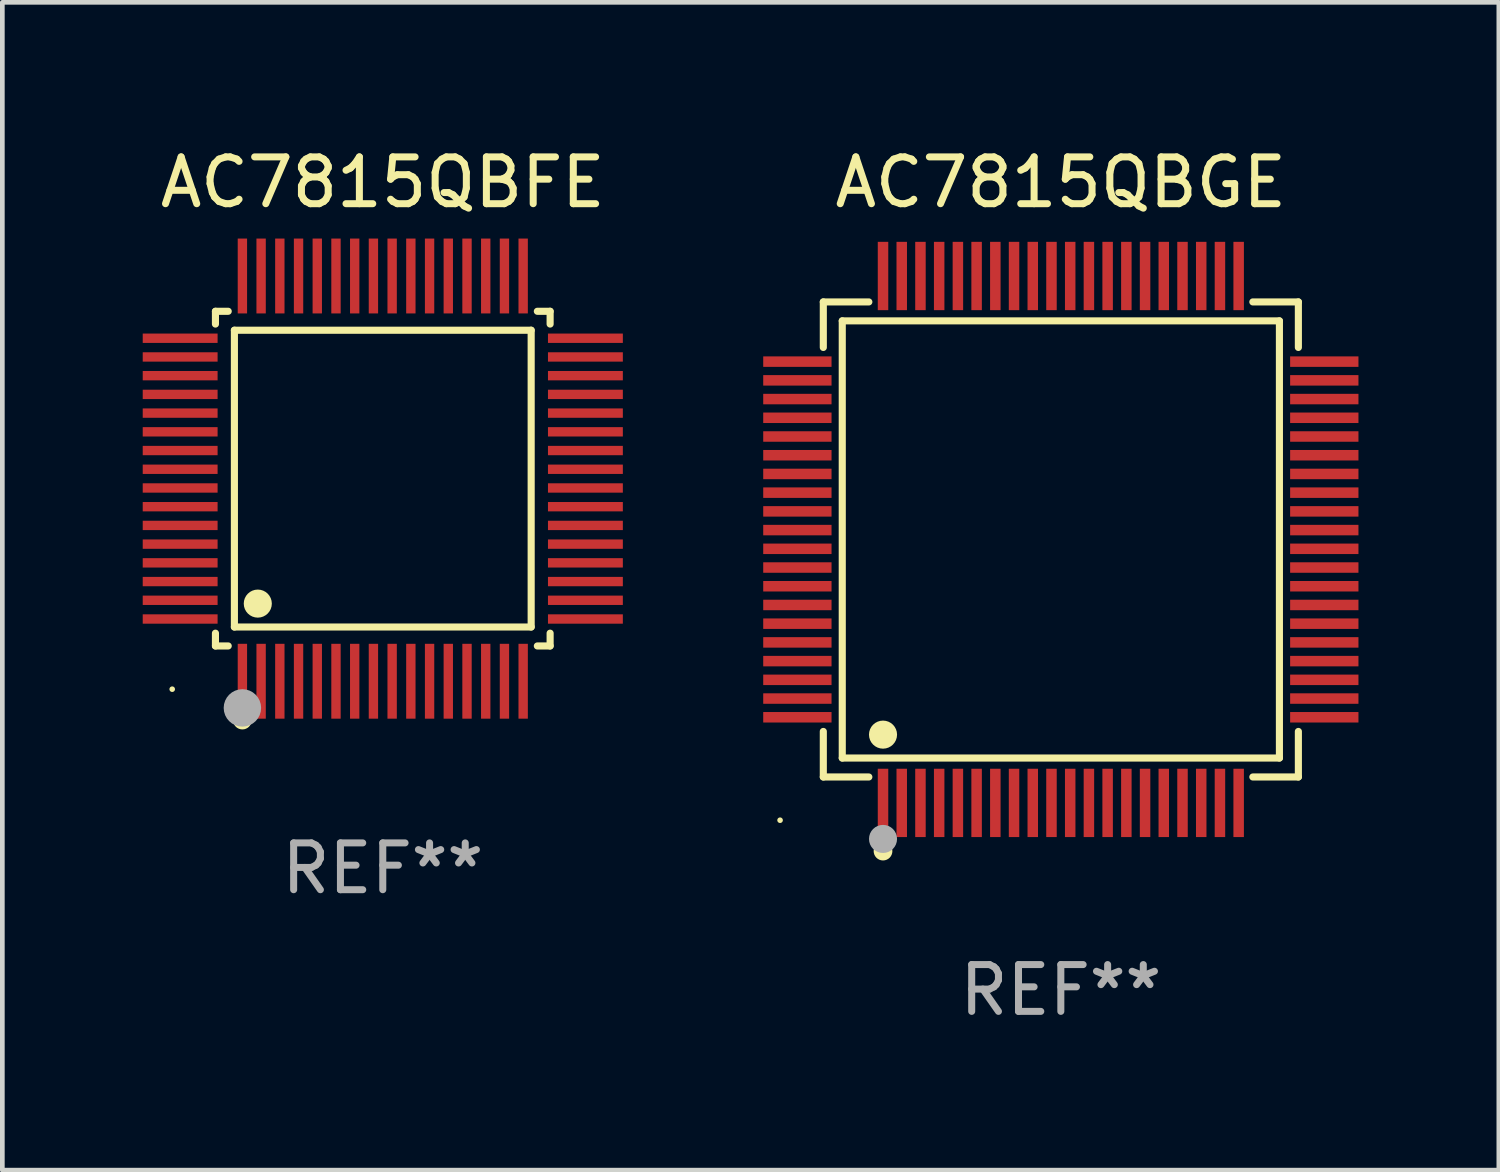
<source format=kicad_pcb>
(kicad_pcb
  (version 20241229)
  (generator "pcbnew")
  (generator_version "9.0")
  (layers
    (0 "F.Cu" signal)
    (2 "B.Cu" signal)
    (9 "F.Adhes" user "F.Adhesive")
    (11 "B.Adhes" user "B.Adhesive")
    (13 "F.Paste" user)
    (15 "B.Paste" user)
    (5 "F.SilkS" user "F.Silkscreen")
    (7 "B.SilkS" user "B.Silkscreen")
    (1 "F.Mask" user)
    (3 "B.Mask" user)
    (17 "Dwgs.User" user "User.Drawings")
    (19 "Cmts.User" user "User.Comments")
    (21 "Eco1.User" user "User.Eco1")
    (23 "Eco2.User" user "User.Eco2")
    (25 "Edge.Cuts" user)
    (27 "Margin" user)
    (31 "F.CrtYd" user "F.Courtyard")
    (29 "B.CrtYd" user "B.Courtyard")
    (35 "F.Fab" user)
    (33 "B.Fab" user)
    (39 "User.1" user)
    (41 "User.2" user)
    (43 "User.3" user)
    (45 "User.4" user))
  (footprint "AC7815QBGE"
    (layer "F.Cu")
    (at 19.62 8.478)
    (property "Reference" "AC7815QBGE" (at 0 -7.63 0) (layer "F.SilkS") (effects (font (size 1 1) (thickness 0.15))))
    (attr through_hole)
    (fp_line (start -5.076 -5.076) (end -4.103 -5.076) (stroke (width 0.152) (type solid)) (layer "F.SilkS"))
    (fp_line (start -5.076 -4.103) (end -5.076 -5.076) (stroke (width 0.152) (type solid)) (layer "F.SilkS"))
    (fp_line (start -5.076 4.103) (end -5.076 5.076) (stroke (width 0.152) (type solid)) (layer "F.SilkS"))
    (fp_line (start -5.076 5.076) (end -4.103 5.076) (stroke (width 0.152) (type solid)) (layer "F.SilkS"))
    (fp_line (start -4.671 -4.671) (end 4.671 -4.671) (stroke (width 0.152) (type solid)) (layer "F.SilkS"))
    (fp_line (start -4.671 4.671) (end -4.671 -4.671) (stroke (width 0.152) (type solid)) (layer "F.SilkS"))
    (fp_line (start 4.671 -4.671) (end 4.671 4.671) (stroke (width 0.152) (type solid)) (layer "F.SilkS"))
    (fp_line (start 4.671 4.671) (end -4.671 4.671) (stroke (width 0.152) (type solid)) (layer "F.SilkS"))
    (fp_line (start 5.076 -5.076) (end 4.103 -5.076) (stroke (width 0.152) (type solid)) (layer "F.SilkS"))
    (fp_line (start 5.076 -4.103) (end 5.076 -5.076) (stroke (width 0.152) (type solid)) (layer "F.SilkS"))
    (fp_line (start 5.076 4.103) (end 5.076 5.076) (stroke (width 0.152) (type solid)) (layer "F.SilkS"))
    (fp_line (start 5.076 5.076) (end 4.103 5.076) (stroke (width 0.152) (type solid)) (layer "F.SilkS"))
    (fp_circle (center -6 6) (end -5.97 6) (stroke (width 0.06) (type solid)) (fill no) (layer "F.SilkS"))
    (fp_circle (center -3.8 4.171) (end -3.65 4.171) (stroke (width 0.3) (type solid)) (fill no) (layer "F.SilkS"))
    (fp_circle (center -3.8 6.66) (end -3.7 6.66) (stroke (width 0.2) (type solid)) (fill no) (layer "F.SilkS"))
    (fp_circle (center -3.8 6.4) (end -3.65 6.4) (stroke (width 0.3) (type solid)) (fill no) (layer "F.Fab"))
    (fp_text user "REF**" (at 0 9.63 0) (layer "F.Fab") (effects (font (size 1 1) (thickness 0.15))))
    (pad "1" smd rect (at -3.8 5.63) (size 0.224 1.46) (layers "F.Cu" "F.Mask" "F.Paste"))
    (pad "2" smd rect (at -3.4 5.63) (size 0.224 1.46) (layers "F.Cu" "F.Mask" "F.Paste"))
    (pad "3" smd rect (at -3 5.63) (size 0.224 1.46) (layers "F.Cu" "F.Mask" "F.Paste"))
    (pad "4" smd rect (at -2.6 5.63) (size 0.224 1.46) (layers "F.Cu" "F.Mask" "F.Paste"))
    (pad "5" smd rect (at -2.2 5.63) (size 0.224 1.46) (layers "F.Cu" "F.Mask" "F.Paste"))
    (pad "6" smd rect (at -1.8 5.63) (size 0.224 1.46) (layers "F.Cu" "F.Mask" "F.Paste"))
    (pad "7" smd rect (at -1.4 5.63) (size 0.224 1.46) (layers "F.Cu" "F.Mask" "F.Paste"))
    (pad "8" smd rect (at -1 5.63) (size 0.224 1.46) (layers "F.Cu" "F.Mask" "F.Paste"))
    (pad "9" smd rect (at -0.6 5.63) (size 0.224 1.46) (layers "F.Cu" "F.Mask" "F.Paste"))
    (pad "10" smd rect (at -0.2 5.63) (size 0.224 1.46) (layers "F.Cu" "F.Mask" "F.Paste"))
    (pad "11" smd rect (at 0.2 5.63) (size 0.224 1.46) (layers "F.Cu" "F.Mask" "F.Paste"))
    (pad "12" smd rect (at 0.6 5.63) (size 0.224 1.46) (layers "F.Cu" "F.Mask" "F.Paste"))
    (pad "13" smd rect (at 1 5.63) (size 0.224 1.46) (layers "F.Cu" "F.Mask" "F.Paste"))
    (pad "14" smd rect (at 1.4 5.63) (size 0.224 1.46) (layers "F.Cu" "F.Mask" "F.Paste"))
    (pad "15" smd rect (at 1.8 5.63) (size 0.224 1.46) (layers "F.Cu" "F.Mask" "F.Paste"))
    (pad "16" smd rect (at 2.2 5.63) (size 0.224 1.46) (layers "F.Cu" "F.Mask" "F.Paste"))
    (pad "17" smd rect (at 2.6 5.63) (size 0.224 1.46) (layers "F.Cu" "F.Mask" "F.Paste"))
    (pad "18" smd rect (at 3 5.63) (size 0.224 1.46) (layers "F.Cu" "F.Mask" "F.Paste"))
    (pad "19" smd rect (at 3.4 5.63) (size 0.224 1.46) (layers "F.Cu" "F.Mask" "F.Paste"))
    (pad "20" smd rect (at 3.8 5.63) (size 0.224 1.46) (layers "F.Cu" "F.Mask" "F.Paste"))
    (pad "21" smd rect (at 5.63 3.8) (size 1.46 0.224) (layers "F.Cu" "F.Mask" "F.Paste"))
    (pad "22" smd rect (at 5.63 3.4) (size 1.46 0.224) (layers "F.Cu" "F.Mask" "F.Paste"))
    (pad "23" smd rect (at 5.63 3) (size 1.46 0.224) (layers "F.Cu" "F.Mask" "F.Paste"))
    (pad "24" smd rect (at 5.63 2.6) (size 1.46 0.224) (layers "F.Cu" "F.Mask" "F.Paste"))
    (pad "25" smd rect (at 5.63 2.2) (size 1.46 0.224) (layers "F.Cu" "F.Mask" "F.Paste"))
    (pad "26" smd rect (at 5.63 1.8) (size 1.46 0.224) (layers "F.Cu" "F.Mask" "F.Paste"))
    (pad "27" smd rect (at 5.63 1.4) (size 1.46 0.224) (layers "F.Cu" "F.Mask" "F.Paste"))
    (pad "28" smd rect (at 5.63 1) (size 1.46 0.224) (layers "F.Cu" "F.Mask" "F.Paste"))
    (pad "29" smd rect (at 5.63 0.6) (size 1.46 0.224) (layers "F.Cu" "F.Mask" "F.Paste"))
    (pad "30" smd rect (at 5.63 0.2) (size 1.46 0.224) (layers "F.Cu" "F.Mask" "F.Paste"))
    (pad "31" smd rect (at 5.63 -0.2) (size 1.46 0.224) (layers "F.Cu" "F.Mask" "F.Paste"))
    (pad "32" smd rect (at 5.63 -0.6) (size 1.46 0.224) (layers "F.Cu" "F.Mask" "F.Paste"))
    (pad "33" smd rect (at 5.63 -1) (size 1.46 0.224) (layers "F.Cu" "F.Mask" "F.Paste"))
    (pad "34" smd rect (at 5.63 -1.4) (size 1.46 0.224) (layers "F.Cu" "F.Mask" "F.Paste"))
    (pad "35" smd rect (at 5.63 -1.8) (size 1.46 0.224) (layers "F.Cu" "F.Mask" "F.Paste"))
    (pad "36" smd rect (at 5.63 -2.2) (size 1.46 0.224) (layers "F.Cu" "F.Mask" "F.Paste"))
    (pad "37" smd rect (at 5.63 -2.6) (size 1.46 0.224) (layers "F.Cu" "F.Mask" "F.Paste"))
    (pad "38" smd rect (at 5.63 -3) (size 1.46 0.224) (layers "F.Cu" "F.Mask" "F.Paste"))
    (pad "39" smd rect (at 5.63 -3.4) (size 1.46 0.224) (layers "F.Cu" "F.Mask" "F.Paste"))
    (pad "40" smd rect (at 5.63 -3.8) (size 1.46 0.224) (layers "F.Cu" "F.Mask" "F.Paste"))
    (pad "41" smd rect (at 3.8 -5.63) (size 0.224 1.46) (layers "F.Cu" "F.Mask" "F.Paste"))
    (pad "42" smd rect (at 3.4 -5.63) (size 0.224 1.46) (layers "F.Cu" "F.Mask" "F.Paste"))
    (pad "43" smd rect (at 3 -5.63) (size 0.224 1.46) (layers "F.Cu" "F.Mask" "F.Paste"))
    (pad "44" smd rect (at 2.6 -5.63) (size 0.224 1.46) (layers "F.Cu" "F.Mask" "F.Paste"))
    (pad "45" smd rect (at 2.2 -5.63) (size 0.224 1.46) (layers "F.Cu" "F.Mask" "F.Paste"))
    (pad "46" smd rect (at 1.8 -5.63) (size 0.224 1.46) (layers "F.Cu" "F.Mask" "F.Paste"))
    (pad "47" smd rect (at 1.4 -5.63) (size 0.224 1.46) (layers "F.Cu" "F.Mask" "F.Paste"))
    (pad "48" smd rect (at 1 -5.63) (size 0.224 1.46) (layers "F.Cu" "F.Mask" "F.Paste"))
    (pad "49" smd rect (at 0.6 -5.63) (size 0.224 1.46) (layers "F.Cu" "F.Mask" "F.Paste"))
    (pad "50" smd rect (at 0.2 -5.63) (size 0.224 1.46) (layers "F.Cu" "F.Mask" "F.Paste"))
    (pad "51" smd rect (at -0.2 -5.63) (size 0.224 1.46) (layers "F.Cu" "F.Mask" "F.Paste"))
    (pad "52" smd rect (at -0.6 -5.63) (size 0.224 1.46) (layers "F.Cu" "F.Mask" "F.Paste"))
    (pad "53" smd rect (at -1 -5.63) (size 0.224 1.46) (layers "F.Cu" "F.Mask" "F.Paste"))
    (pad "54" smd rect (at -1.4 -5.63) (size 0.224 1.46) (layers "F.Cu" "F.Mask" "F.Paste"))
    (pad "55" smd rect (at -1.8 -5.63) (size 0.224 1.46) (layers "F.Cu" "F.Mask" "F.Paste"))
    (pad "56" smd rect (at -2.2 -5.63) (size 0.224 1.46) (layers "F.Cu" "F.Mask" "F.Paste"))
    (pad "57" smd rect (at -2.6 -5.63) (size 0.224 1.46) (layers "F.Cu" "F.Mask" "F.Paste"))
    (pad "58" smd rect (at -3 -5.63) (size 0.224 1.46) (layers "F.Cu" "F.Mask" "F.Paste"))
    (pad "59" smd rect (at -3.4 -5.63) (size 0.224 1.46) (layers "F.Cu" "F.Mask" "F.Paste"))
    (pad "60" smd rect (at -3.8 -5.63) (size 0.224 1.46) (layers "F.Cu" "F.Mask" "F.Paste"))
    (pad "61" smd rect (at -5.63 -3.8) (size 1.46 0.224) (layers "F.Cu" "F.Mask" "F.Paste"))
    (pad "62" smd rect (at -5.63 -3.4) (size 1.46 0.224) (layers "F.Cu" "F.Mask" "F.Paste"))
    (pad "63" smd rect (at -5.63 -3) (size 1.46 0.224) (layers "F.Cu" "F.Mask" "F.Paste"))
    (pad "64" smd rect (at -5.63 -2.6) (size 1.46 0.224) (layers "F.Cu" "F.Mask" "F.Paste"))
    (pad "65" smd rect (at -5.63 -2.2) (size 1.46 0.224) (layers "F.Cu" "F.Mask" "F.Paste"))
    (pad "66" smd rect (at -5.63 -1.8) (size 1.46 0.224) (layers "F.Cu" "F.Mask" "F.Paste"))
    (pad "67" smd rect (at -5.63 -1.4) (size 1.46 0.224) (layers "F.Cu" "F.Mask" "F.Paste"))
    (pad "68" smd rect (at -5.63 -1) (size 1.46 0.224) (layers "F.Cu" "F.Mask" "F.Paste"))
    (pad "69" smd rect (at -5.63 -0.6) (size 1.46 0.224) (layers "F.Cu" "F.Mask" "F.Paste"))
    (pad "70" smd rect (at -5.63 -0.2) (size 1.46 0.224) (layers "F.Cu" "F.Mask" "F.Paste"))
    (pad "71" smd rect (at -5.63 0.2) (size 1.46 0.224) (layers "F.Cu" "F.Mask" "F.Paste"))
    (pad "72" smd rect (at -5.63 0.6) (size 1.46 0.224) (layers "F.Cu" "F.Mask" "F.Paste"))
    (pad "73" smd rect (at -5.63 1) (size 1.46 0.224) (layers "F.Cu" "F.Mask" "F.Paste"))
    (pad "74" smd rect (at -5.63 1.4) (size 1.46 0.224) (layers "F.Cu" "F.Mask" "F.Paste"))
    (pad "75" smd rect (at -5.63 1.8) (size 1.46 0.224) (layers "F.Cu" "F.Mask" "F.Paste"))
    (pad "76" smd rect (at -5.63 2.2) (size 1.46 0.224) (layers "F.Cu" "F.Mask" "F.Paste"))
    (pad "77" smd rect (at -5.63 2.6) (size 1.46 0.224) (layers "F.Cu" "F.Mask" "F.Paste"))
    (pad "78" smd rect (at -5.63 3) (size 1.46 0.224) (layers "F.Cu" "F.Mask" "F.Paste"))
    (pad "79" smd rect (at -5.63 3.4) (size 1.46 0.224) (layers "F.Cu" "F.Mask" "F.Paste"))
    (pad "80" smd rect (at -5.63 3.8) (size 1.46 0.224) (layers "F.Cu" "F.Mask" "F.Paste")))
  (footprint "AC7815QBFE"
    (layer "F.Cu")
    (at 5.13 7.178)
    (property "Reference" "AC7815QBFE" (at 0 -6.33 0) (layer "F.SilkS") (effects (font (size 1 1) (thickness 0.15))))
    (attr through_hole)
    (fp_line (start -3.576 -3.576) (end -3.303 -3.576) (stroke (width 0.152) (type solid)) (layer "F.SilkS"))
    (fp_line (start -3.576 -3.303) (end -3.576 -3.576) (stroke (width 0.152) (type solid)) (layer "F.SilkS"))
    (fp_line (start -3.576 3.303) (end -3.576 3.576) (stroke (width 0.152) (type solid)) (layer "F.SilkS"))
    (fp_line (start -3.576 3.576) (end -3.303 3.576) (stroke (width 0.152) (type solid)) (layer "F.SilkS"))
    (fp_line (start -3.171 -3.171) (end 3.171 -3.171) (stroke (width 0.152) (type solid)) (layer "F.SilkS"))
    (fp_line (start -3.171 3.171) (end -3.171 -3.171) (stroke (width 0.152) (type solid)) (layer "F.SilkS"))
    (fp_line (start 3.171 -3.171) (end 3.171 3.171) (stroke (width 0.152) (type solid)) (layer "F.SilkS"))
    (fp_line (start 3.171 3.171) (end -3.171 3.171) (stroke (width 0.152) (type solid)) (layer "F.SilkS"))
    (fp_line (start 3.576 -3.576) (end 3.303 -3.576) (stroke (width 0.152) (type solid)) (layer "F.SilkS"))
    (fp_line (start 3.576 -3.303) (end 3.576 -3.576) (stroke (width 0.152) (type solid)) (layer "F.SilkS"))
    (fp_line (start 3.576 3.303) (end 3.576 3.576) (stroke (width 0.152) (type solid)) (layer "F.SilkS"))
    (fp_line (start 3.576 3.576) (end 3.303 3.576) (stroke (width 0.152) (type solid)) (layer "F.SilkS"))
    (fp_circle (center -4.5 4.5) (end -4.47 4.5) (stroke (width 0.06) (type solid)) (fill no) (layer "F.SilkS"))
    (fp_circle (center -3 5.16) (end -2.9 5.16) (stroke (width 0.2) (type solid)) (fill no) (layer "F.SilkS"))
    (fp_circle (center -2.671 2.671) (end -2.521 2.671) (stroke (width 0.3) (type solid)) (fill no) (layer "F.SilkS"))
    (fp_circle (center -3 4.9) (end -2.8 4.9) (stroke (width 0.4) (type solid)) (fill no) (layer "F.Fab"))
    (fp_text user "REF**" (at 0 8.33 0) (layer "F.Fab") (effects (font (size 1 1) (thickness 0.15))))
    (pad "1" smd rect (at -3 4.33) (size 0.2 1.6) (layers "F.Cu" "F.Mask" "F.Paste"))
    (pad "2" smd rect (at -2.6 4.33) (size 0.2 1.6) (layers "F.Cu" "F.Mask" "F.Paste"))
    (pad "3" smd rect (at -2.2 4.33) (size 0.2 1.6) (layers "F.Cu" "F.Mask" "F.Paste"))
    (pad "4" smd rect (at -1.8 4.33) (size 0.2 1.6) (layers "F.Cu" "F.Mask" "F.Paste"))
    (pad "5" smd rect (at -1.4 4.33) (size 0.2 1.6) (layers "F.Cu" "F.Mask" "F.Paste"))
    (pad "6" smd rect (at -1 4.33) (size 0.2 1.6) (layers "F.Cu" "F.Mask" "F.Paste"))
    (pad "7" smd rect (at -0.6 4.33) (size 0.2 1.6) (layers "F.Cu" "F.Mask" "F.Paste"))
    (pad "8" smd rect (at -0.2 4.33) (size 0.2 1.6) (layers "F.Cu" "F.Mask" "F.Paste"))
    (pad "9" smd rect (at 0.2 4.33) (size 0.2 1.6) (layers "F.Cu" "F.Mask" "F.Paste"))
    (pad "10" smd rect (at 0.6 4.33) (size 0.2 1.6) (layers "F.Cu" "F.Mask" "F.Paste"))
    (pad "11" smd rect (at 1 4.33) (size 0.2 1.6) (layers "F.Cu" "F.Mask" "F.Paste"))
    (pad "12" smd rect (at 1.4 4.33) (size 0.2 1.6) (layers "F.Cu" "F.Mask" "F.Paste"))
    (pad "13" smd rect (at 1.8 4.33) (size 0.2 1.6) (layers "F.Cu" "F.Mask" "F.Paste"))
    (pad "14" smd rect (at 2.2 4.33) (size 0.2 1.6) (layers "F.Cu" "F.Mask" "F.Paste"))
    (pad "15" smd rect (at 2.6 4.33) (size 0.2 1.6) (layers "F.Cu" "F.Mask" "F.Paste"))
    (pad "16" smd rect (at 3 4.33) (size 0.2 1.6) (layers "F.Cu" "F.Mask" "F.Paste"))
    (pad "17" smd rect (at 4.33 3) (size 1.6 0.2) (layers "F.Cu" "F.Mask" "F.Paste"))
    (pad "18" smd rect (at 4.33 2.6) (size 1.6 0.2) (layers "F.Cu" "F.Mask" "F.Paste"))
    (pad "19" smd rect (at 4.33 2.2) (size 1.6 0.2) (layers "F.Cu" "F.Mask" "F.Paste"))
    (pad "20" smd rect (at 4.33 1.8) (size 1.6 0.2) (layers "F.Cu" "F.Mask" "F.Paste"))
    (pad "21" smd rect (at 4.33 1.4) (size 1.6 0.2) (layers "F.Cu" "F.Mask" "F.Paste"))
    (pad "22" smd rect (at 4.33 1) (size 1.6 0.2) (layers "F.Cu" "F.Mask" "F.Paste"))
    (pad "23" smd rect (at 4.33 0.6) (size 1.6 0.2) (layers "F.Cu" "F.Mask" "F.Paste"))
    (pad "24" smd rect (at 4.33 0.2) (size 1.6 0.2) (layers "F.Cu" "F.Mask" "F.Paste"))
    (pad "25" smd rect (at 4.33 -0.2) (size 1.6 0.2) (layers "F.Cu" "F.Mask" "F.Paste"))
    (pad "26" smd rect (at 4.33 -0.6) (size 1.6 0.2) (layers "F.Cu" "F.Mask" "F.Paste"))
    (pad "27" smd rect (at 4.33 -1) (size 1.6 0.2) (layers "F.Cu" "F.Mask" "F.Paste"))
    (pad "28" smd rect (at 4.33 -1.4) (size 1.6 0.2) (layers "F.Cu" "F.Mask" "F.Paste"))
    (pad "29" smd rect (at 4.33 -1.8) (size 1.6 0.2) (layers "F.Cu" "F.Mask" "F.Paste"))
    (pad "30" smd rect (at 4.33 -2.2) (size 1.6 0.2) (layers "F.Cu" "F.Mask" "F.Paste"))
    (pad "31" smd rect (at 4.33 -2.6) (size 1.6 0.2) (layers "F.Cu" "F.Mask" "F.Paste"))
    (pad "32" smd rect (at 4.33 -3) (size 1.6 0.2) (layers "F.Cu" "F.Mask" "F.Paste"))
    (pad "33" smd rect (at 3 -4.33) (size 0.2 1.6) (layers "F.Cu" "F.Mask" "F.Paste"))
    (pad "34" smd rect (at 2.6 -4.33) (size 0.2 1.6) (layers "F.Cu" "F.Mask" "F.Paste"))
    (pad "35" smd rect (at 2.2 -4.33) (size 0.2 1.6) (layers "F.Cu" "F.Mask" "F.Paste"))
    (pad "36" smd rect (at 1.8 -4.33) (size 0.2 1.6) (layers "F.Cu" "F.Mask" "F.Paste"))
    (pad "37" smd rect (at 1.4 -4.33) (size 0.2 1.6) (layers "F.Cu" "F.Mask" "F.Paste"))
    (pad "38" smd rect (at 1 -4.33) (size 0.2 1.6) (layers "F.Cu" "F.Mask" "F.Paste"))
    (pad "39" smd rect (at 0.6 -4.33) (size 0.2 1.6) (layers "F.Cu" "F.Mask" "F.Paste"))
    (pad "40" smd rect (at 0.2 -4.33) (size 0.2 1.6) (layers "F.Cu" "F.Mask" "F.Paste"))
    (pad "41" smd rect (at -0.2 -4.33) (size 0.2 1.6) (layers "F.Cu" "F.Mask" "F.Paste"))
    (pad "42" smd rect (at -0.6 -4.33) (size 0.2 1.6) (layers "F.Cu" "F.Mask" "F.Paste"))
    (pad "43" smd rect (at -1 -4.33) (size 0.2 1.6) (layers "F.Cu" "F.Mask" "F.Paste"))
    (pad "44" smd rect (at -1.4 -4.33) (size 0.2 1.6) (layers "F.Cu" "F.Mask" "F.Paste"))
    (pad "45" smd rect (at -1.8 -4.33) (size 0.2 1.6) (layers "F.Cu" "F.Mask" "F.Paste"))
    (pad "46" smd rect (at -2.2 -4.33) (size 0.2 1.6) (layers "F.Cu" "F.Mask" "F.Paste"))
    (pad "47" smd rect (at -2.6 -4.33) (size 0.2 1.6) (layers "F.Cu" "F.Mask" "F.Paste"))
    (pad "48" smd rect (at -3 -4.33) (size 0.2 1.6) (layers "F.Cu" "F.Mask" "F.Paste"))
    (pad "49" smd rect (at -4.33 -3) (size 1.6 0.2) (layers "F.Cu" "F.Mask" "F.Paste"))
    (pad "50" smd rect (at -4.33 -2.6) (size 1.6 0.2) (layers "F.Cu" "F.Mask" "F.Paste"))
    (pad "51" smd rect (at -4.33 -2.2) (size 1.6 0.2) (layers "F.Cu" "F.Mask" "F.Paste"))
    (pad "52" smd rect (at -4.33 -1.8) (size 1.6 0.2) (layers "F.Cu" "F.Mask" "F.Paste"))
    (pad "53" smd rect (at -4.33 -1.4) (size 1.6 0.2) (layers "F.Cu" "F.Mask" "F.Paste"))
    (pad "54" smd rect (at -4.33 -1) (size 1.6 0.2) (layers "F.Cu" "F.Mask" "F.Paste"))
    (pad "55" smd rect (at -4.33 -0.6) (size 1.6 0.2) (layers "F.Cu" "F.Mask" "F.Paste"))
    (pad "56" smd rect (at -4.33 -0.2) (size 1.6 0.2) (layers "F.Cu" "F.Mask" "F.Paste"))
    (pad "57" smd rect (at -4.33 0.2) (size 1.6 0.2) (layers "F.Cu" "F.Mask" "F.Paste"))
    (pad "58" smd rect (at -4.33 0.6) (size 1.6 0.2) (layers "F.Cu" "F.Mask" "F.Paste"))
    (pad "59" smd rect (at -4.33 1) (size 1.6 0.2) (layers "F.Cu" "F.Mask" "F.Paste"))
    (pad "60" smd rect (at -4.33 1.4) (size 1.6 0.2) (layers "F.Cu" "F.Mask" "F.Paste"))
    (pad "61" smd rect (at -4.33 1.8) (size 1.6 0.2) (layers "F.Cu" "F.Mask" "F.Paste"))
    (pad "62" smd rect (at -4.33 2.2) (size 1.6 0.2) (layers "F.Cu" "F.Mask" "F.Paste"))
    (pad "63" smd rect (at -4.33 2.6) (size 1.6 0.2) (layers "F.Cu" "F.Mask" "F.Paste"))
    (pad "64" smd rect (at -4.33 3) (size 1.6 0.2) (layers "F.Cu" "F.Mask" "F.Paste")))
  (gr_rect
    (start -3 -3)
    (end 28.98 21.956)
    (stroke (width 0.1) (type default))
    (fill no)
    (layer "Edge.Cuts")))
</source>
